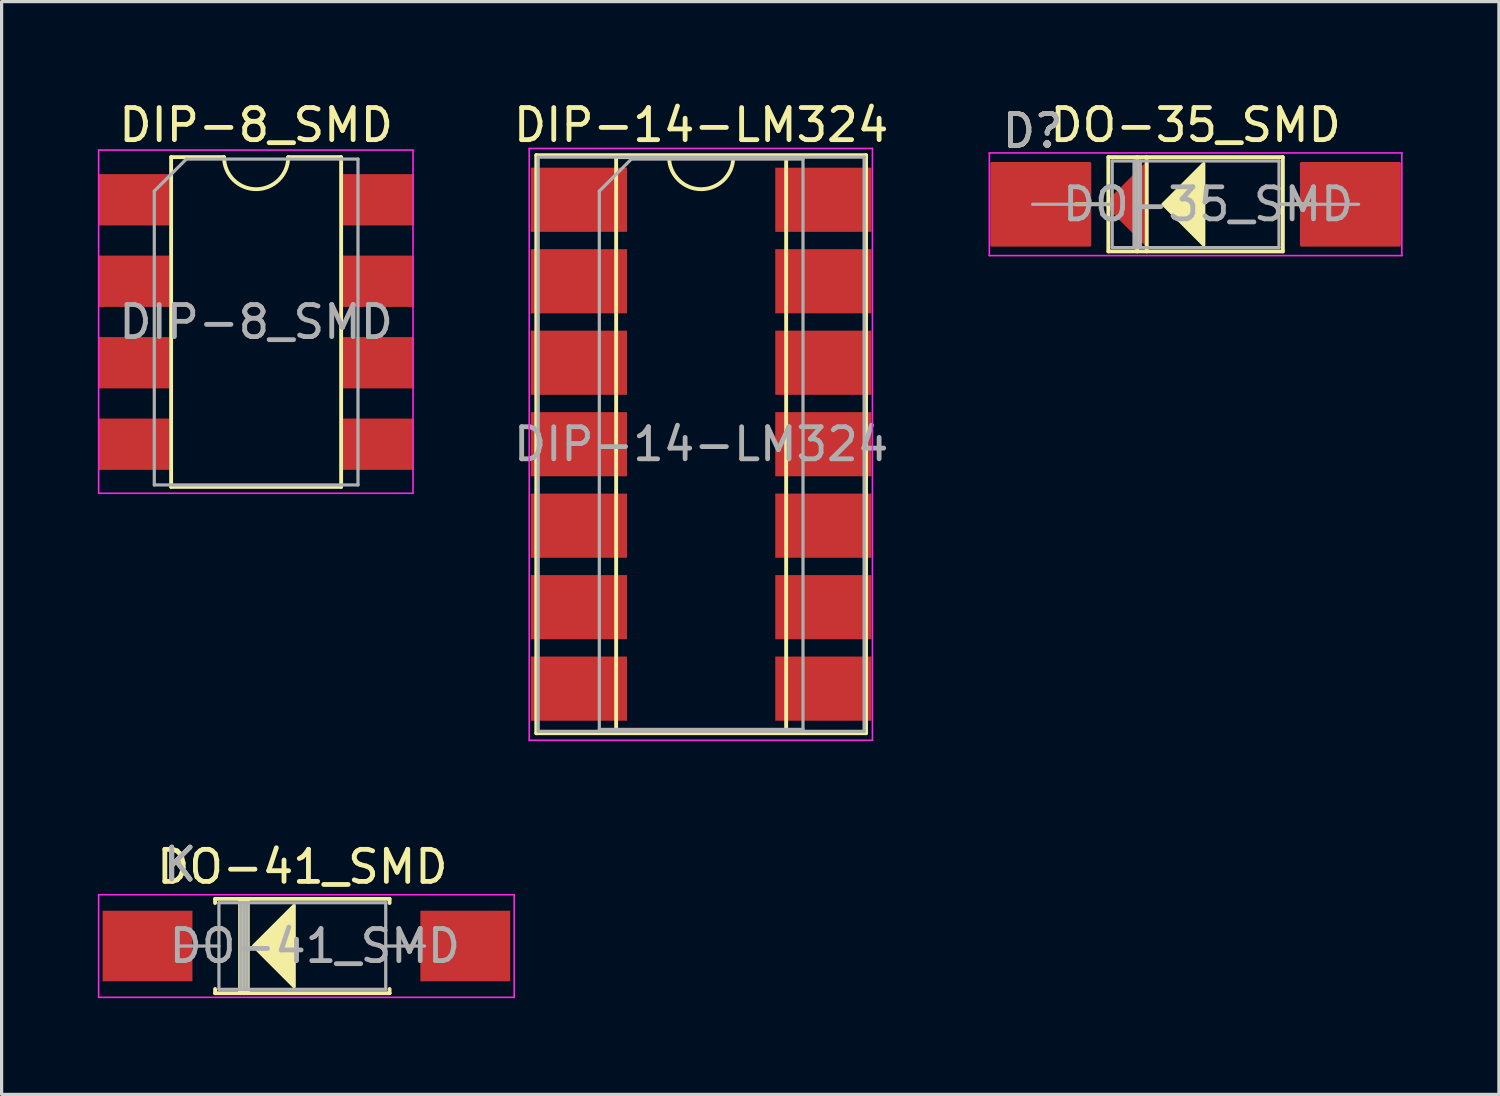
<source format=kicad_pcb>
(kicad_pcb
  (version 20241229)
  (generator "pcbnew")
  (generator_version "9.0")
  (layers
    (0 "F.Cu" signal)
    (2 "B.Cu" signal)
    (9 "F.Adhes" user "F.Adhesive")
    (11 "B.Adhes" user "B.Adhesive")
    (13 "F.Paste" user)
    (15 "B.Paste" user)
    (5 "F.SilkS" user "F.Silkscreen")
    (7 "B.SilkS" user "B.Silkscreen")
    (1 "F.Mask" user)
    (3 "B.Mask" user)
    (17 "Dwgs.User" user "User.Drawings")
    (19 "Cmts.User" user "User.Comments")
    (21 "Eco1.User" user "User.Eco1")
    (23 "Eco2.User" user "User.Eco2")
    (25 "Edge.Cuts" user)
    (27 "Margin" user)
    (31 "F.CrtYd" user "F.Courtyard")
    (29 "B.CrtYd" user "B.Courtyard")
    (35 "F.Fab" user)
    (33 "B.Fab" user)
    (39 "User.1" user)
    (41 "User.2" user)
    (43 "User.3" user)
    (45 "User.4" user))
  (footprint "DO-35_SMD"
    (layer "F.Cu")
    (at 29.142 3.318)
    (property "Reference" "DO-35_SMD" (at 5.08 -2.47 0) (layer "F.SilkS") (effects (font (size 1 1) (thickness 0.15))))
    (attr smd)
    (fp_poly (pts (xy 3.556 1.27) (xy 2.286 0) (xy 3.556 -1.27)) (stroke (width 0.1) (type solid)) (fill yes) (layer "F.Cu"))
    (fp_poly (pts (xy 1.778 1.27) (xy -1.27 1.27) (xy -1.27 -1.27) (xy 1.778 -1.27)) (stroke (width 0.1) (type solid)) (fill yes) (layer "F.Cu"))
    (fp_poly (pts (xy 11.43 1.27) (xy 8.382 1.27) (xy 8.382 -1.27) (xy 11.43 -1.27)) (stroke (width 0.1) (type solid)) (fill yes) (layer "F.Cu"))
    (fp_line (start 1.34 0) (end 2.36 0) (stroke (width 0.12) (type solid)) (layer "F.SilkS"))
    (fp_line (start 2.36 -1.47) (end 2.36 1.47) (stroke (width 0.12) (type solid)) (layer "F.SilkS"))
    (fp_line (start 2.36 1.47) (end 7.8 1.47) (stroke (width 0.12) (type solid)) (layer "F.SilkS"))
    (fp_line (start 3.26 -1.47) (end 3.26 1.47) (stroke (width 0.12) (type solid)) (layer "F.SilkS"))
    (fp_line (start 3.556 -1.47) (end 3.556 1.47) (stroke (width 0.12) (type solid)) (layer "F.SilkS"))
    (fp_line (start 7.8 -1.47) (end 2.36 -1.47) (stroke (width 0.12) (type solid)) (layer "F.SilkS"))
    (fp_line (start 7.8 1.47) (end 7.8 -1.47) (stroke (width 0.12) (type solid)) (layer "F.SilkS"))
    (fp_line (start 8.82 0) (end 7.8 0) (stroke (width 0.12) (type solid)) (layer "F.SilkS"))
    (fp_poly (pts (xy 5.334 1.27) (xy 4.064 0) (xy 5.334 -1.27)) (stroke (width 0.1) (type solid)) (fill yes) (layer "F.SilkS"))
    (fp_line (start -1.35 -1.6) (end -1.35 1.6) (stroke (width 0.05) (type solid)) (layer "F.CrtYd"))
    (fp_line (start -1.35 1.6) (end 11.51 1.6) (stroke (width 0.05) (type solid)) (layer "F.CrtYd"))
    (fp_line (start 11.51 -1.6) (end -1.35 -1.6) (stroke (width 0.05) (type solid)) (layer "F.CrtYd"))
    (fp_line (start 11.51 1.6) (end 11.51 -1.6) (stroke (width 0.05) (type solid)) (layer "F.CrtYd"))
    (fp_line (start 0 0) (end 2.48 0) (stroke (width 0.1) (type solid)) (layer "F.Fab"))
    (fp_line (start 2.48 -1.35) (end 2.48 1.35) (stroke (width 0.1) (type solid)) (layer "F.Fab"))
    (fp_line (start 2.48 1.35) (end 7.68 1.35) (stroke (width 0.1) (type solid)) (layer "F.Fab"))
    (fp_line (start 3.16 -1.35) (end 3.16 1.35) (stroke (width 0.1) (type solid)) (layer "F.Fab"))
    (fp_line (start 3.26 -1.35) (end 3.26 1.35) (stroke (width 0.1) (type solid)) (layer "F.Fab"))
    (fp_line (start 3.36 -1.35) (end 3.36 1.35) (stroke (width 0.1) (type solid)) (layer "F.Fab"))
    (fp_line (start 7.68 -1.35) (end 2.48 -1.35) (stroke (width 0.1) (type solid)) (layer "F.Fab"))
    (fp_line (start 7.68 1.35) (end 7.68 -1.35) (stroke (width 0.1) (type solid)) (layer "F.Fab"))
    (fp_line (start 10.16 0) (end 7.68 0) (stroke (width 0.1) (type solid)) (layer "F.Fab"))
    (fp_text user "D?" (at 0 -2.286 0) (layer "F.SilkS") (effects (font (size 1 1) (thickness 0.15))))
    (fp_text user "${REFERENCE}" (at 5.47 0 0) (layer "F.Fab") (effects (font (size 1 1) (thickness 0.15))))
    (fp_text user "D?" (at 0 -2.286 0) (layer "F.Fab") (effects (font (size 1 1) (thickness 0.15))))
    (pad "1" smd rect (at 0 0) (size 2.2 2.2) (layers "F.Cu" "F.Mask" "F.Paste"))
    (pad "2" smd rect (at 10.16 0) (size 2.2 2.2) (layers "F.Cu" "F.Mask" "F.Paste")))
  (footprint "DIP-8_SMD"
    (layer "F.Cu")
    (at 1.125 3.178)
    (property "Reference" "DIP-8_SMD" (at 3.81 -2.33 0) (layer "F.SilkS") (effects (font (size 1 1) (thickness 0.15))))
    (attr smd)
    (fp_line (start 1.16 -1.33) (end 1.16 8.95) (stroke (width 0.12) (type solid)) (layer "F.SilkS"))
    (fp_line (start 1.16 8.95) (end 6.46 8.95) (stroke (width 0.12) (type solid)) (layer "F.SilkS"))
    (fp_line (start 2.81 -1.33) (end 1.16 -1.33) (stroke (width 0.12) (type solid)) (layer "F.SilkS"))
    (fp_line (start 6.46 -1.33) (end 4.81 -1.33) (stroke (width 0.12) (type solid)) (layer "F.SilkS"))
    (fp_line (start 6.46 8.95) (end 6.46 -1.33) (stroke (width 0.12) (type solid)) (layer "F.SilkS"))
    (fp_arc (start 4.81 -1.33) (mid 3.81 -0.33) (end 2.81 -1.33) (stroke (width 0.12) (type solid)) (layer "F.SilkS"))
    (fp_line (start -1.1 -1.55) (end -1.1 9.15) (stroke (width 0.05) (type solid)) (layer "F.CrtYd"))
    (fp_line (start -1.1 9.15) (end 8.7 9.15) (stroke (width 0.05) (type solid)) (layer "F.CrtYd"))
    (fp_line (start 8.7 -1.55) (end -1.1 -1.55) (stroke (width 0.05) (type solid)) (layer "F.CrtYd"))
    (fp_line (start 8.7 9.15) (end 8.7 -1.55) (stroke (width 0.05) (type solid)) (layer "F.CrtYd"))
    (fp_line (start 0.635 -0.27) (end 1.635 -1.27) (stroke (width 0.1) (type solid)) (layer "F.Fab"))
    (fp_line (start 0.635 8.89) (end 0.635 -0.27) (stroke (width 0.1) (type solid)) (layer "F.Fab"))
    (fp_line (start 1.635 -1.27) (end 6.985 -1.27) (stroke (width 0.1) (type solid)) (layer "F.Fab"))
    (fp_line (start 6.985 -1.27) (end 6.985 8.89) (stroke (width 0.1) (type solid)) (layer "F.Fab"))
    (fp_line (start 6.985 8.89) (end 0.635 8.89) (stroke (width 0.1) (type solid)) (layer "F.Fab"))
    (fp_text user "${REFERENCE}" (at 3.81 3.81 0) (layer "F.Fab") (effects (font (size 1 1) (thickness 0.15))))
    (pad "1" smd rect (at 0 0) (size 2.2 1.6) (layers "F.Cu" "F.Mask" "F.Paste"))
    (pad "2" smd rect (at 0 2.54) (size 2.2 1.6) (layers "F.Cu" "F.Mask" "F.Paste"))
    (pad "3" smd rect (at 0 5.08) (size 2.2 1.6) (layers "F.Cu" "F.Mask" "F.Paste"))
    (pad "4" smd rect (at 0 7.62) (size 2.2 1.6) (layers "F.Cu" "F.Mask" "F.Paste"))
    (pad "5" smd rect (at 7.62 7.62) (size 2.2 1.6) (layers "F.Cu" "F.Mask" "F.Paste"))
    (pad "6" smd rect (at 7.62 5.08) (size 2.2 1.6) (layers "F.Cu" "F.Mask" "F.Paste"))
    (pad "7" smd rect (at 7.62 2.54) (size 2.2 1.6) (layers "F.Cu" "F.Mask" "F.Paste"))
    (pad "8" smd rect (at 7.62 0) (size 2.2 1.6) (layers "F.Cu" "F.Mask" "F.Paste")))
  (footprint "DIP-14-LM324"
    (layer "F.Cu")
    (at 14.998 3.178)
    (property "Reference" "DIP-14-LM324" (at 3.81 -2.33 0) (layer "F.SilkS") (effects (font (size 1 1) (thickness 0.15))))
    (attr through_hole)
    (fp_line (start -1.33 -1.39) (end -1.33 16.63) (stroke (width 0.12) (type solid)) (layer "F.SilkS"))
    (fp_line (start -1.33 16.63) (end 8.95 16.63) (stroke (width 0.12) (type solid)) (layer "F.SilkS"))
    (fp_line (start 1.16 -1.33) (end 1.16 16.57) (stroke (width 0.12) (type solid)) (layer "F.SilkS"))
    (fp_line (start 1.16 16.57) (end 6.46 16.57) (stroke (width 0.12) (type solid)) (layer "F.SilkS"))
    (fp_line (start 2.81 -1.33) (end 1.16 -1.33) (stroke (width 0.12) (type solid)) (layer "F.SilkS"))
    (fp_line (start 6.46 -1.33) (end 4.81 -1.33) (stroke (width 0.12) (type solid)) (layer "F.SilkS"))
    (fp_line (start 6.46 16.57) (end 6.46 -1.33) (stroke (width 0.12) (type solid)) (layer "F.SilkS"))
    (fp_line (start 8.95 -1.39) (end -1.33 -1.39) (stroke (width 0.12) (type solid)) (layer "F.SilkS"))
    (fp_line (start 8.95 16.63) (end 8.95 -1.39) (stroke (width 0.12) (type solid)) (layer "F.SilkS"))
    (fp_arc (start 4.81 -1.33) (mid 3.81 -0.33) (end 2.81 -1.33) (stroke (width 0.12) (type solid)) (layer "F.SilkS"))
    (fp_line (start -1.55 -1.6) (end -1.55 16.85) (stroke (width 0.05) (type solid)) (layer "F.CrtYd"))
    (fp_line (start -1.55 16.85) (end 9.15 16.85) (stroke (width 0.05) (type solid)) (layer "F.CrtYd"))
    (fp_line (start 9.15 -1.6) (end -1.55 -1.6) (stroke (width 0.05) (type solid)) (layer "F.CrtYd"))
    (fp_line (start 9.15 16.85) (end 9.15 -1.6) (stroke (width 0.05) (type solid)) (layer "F.CrtYd"))
    (fp_line (start -1.27 -1.33) (end -1.27 16.57) (stroke (width 0.1) (type solid)) (layer "F.Fab"))
    (fp_line (start -1.27 16.57) (end 8.89 16.57) (stroke (width 0.1) (type solid)) (layer "F.Fab"))
    (fp_line (start 0.635 -0.27) (end 1.635 -1.27) (stroke (width 0.1) (type solid)) (layer "F.Fab"))
    (fp_line (start 0.635 16.51) (end 0.635 -0.27) (stroke (width 0.1) (type solid)) (layer "F.Fab"))
    (fp_line (start 1.635 -1.27) (end 6.985 -1.27) (stroke (width 0.1) (type solid)) (layer "F.Fab"))
    (fp_line (start 6.985 -1.27) (end 6.985 16.51) (stroke (width 0.1) (type solid)) (layer "F.Fab"))
    (fp_line (start 6.985 16.51) (end 0.635 16.51) (stroke (width 0.1) (type solid)) (layer "F.Fab"))
    (fp_line (start 8.89 -1.33) (end -1.27 -1.33) (stroke (width 0.1) (type solid)) (layer "F.Fab"))
    (fp_line (start 8.89 16.57) (end 8.89 -1.33) (stroke (width 0.1) (type solid)) (layer "F.Fab"))
    (fp_text user "${REFERENCE}" (at 3.81 7.62 0) (layer "F.Fab") (effects (font (size 1 1) (thickness 0.15))))
    (pad "1" smd rect (at 0 0) (size 3 2) (layers "F.Cu" "F.Mask" "F.Paste"))
    (pad "2" smd rect (at 0 2.54) (size 3 2) (layers "F.Cu" "F.Mask" "F.Paste"))
    (pad "3" smd rect (at 0 5.08) (size 3 2) (layers "F.Cu" "F.Mask" "F.Paste"))
    (pad "4" smd rect (at 0 7.62) (size 3 2) (layers "F.Cu" "F.Mask" "F.Paste"))
    (pad "5" smd rect (at 0 10.16) (size 3 2) (layers "F.Cu" "F.Mask" "F.Paste"))
    (pad "6" smd rect (at 0 12.7) (size 3 2) (layers "F.Cu" "F.Mask" "F.Paste"))
    (pad "7" smd rect (at 0 15.24) (size 3 2) (layers "F.Cu" "F.Mask" "F.Paste"))
    (pad "8" smd rect (at 7.62 15.24) (size 3 2) (layers "F.Cu" "F.Mask" "F.Paste"))
    (pad "9" smd rect (at 7.62 12.7) (size 3 2) (layers "F.Cu" "F.Mask" "F.Paste"))
    (pad "10" smd rect (at 7.62 10.16) (size 3 2) (layers "F.Cu" "F.Mask" "F.Paste"))
    (pad "11" smd rect (at 7.62 7.62) (size 3 2) (layers "F.Cu" "F.Mask" "F.Paste"))
    (pad "12" smd rect (at 7.62 5.08) (size 3 2) (layers "F.Cu" "F.Mask" "F.Paste"))
    (pad "13" smd rect (at 7.62 2.54) (size 3 2) (layers "F.Cu" "F.Mask" "F.Paste"))
    (pad "14" smd rect (at 7.62 0) (size 3 2) (layers "F.Cu" "F.Mask" "F.Paste")))
  (footprint "DO-41_SMD"
    (layer "F.Cu")
    (at 2.565 26.442)
    (property "Reference" "DO-41_SMD" (at 3.81 -2.47 0) (layer "F.SilkS") (effects (font (size 1 1) (thickness 0.15))))
    (attr through_hole)
    (fp_line (start 1.09 -1.47) (end 6.53 -1.47) (stroke (width 0.12) (type solid)) (layer "F.SilkS"))
    (fp_line (start 1.09 -1.34) (end 1.09 -1.47) (stroke (width 0.12) (type solid)) (layer "F.SilkS"))
    (fp_line (start 1.09 1.34) (end 1.09 1.47) (stroke (width 0.12) (type solid)) (layer "F.SilkS"))
    (fp_line (start 1.09 1.47) (end 6.53 1.47) (stroke (width 0.12) (type solid)) (layer "F.SilkS"))
    (fp_line (start 1.87 -1.47) (end 1.87 1.47) (stroke (width 0.12) (type solid)) (layer "F.SilkS"))
    (fp_line (start 1.99 -1.47) (end 1.99 1.47) (stroke (width 0.12) (type solid)) (layer "F.SilkS"))
    (fp_line (start 2.11 -1.47) (end 2.11 1.47) (stroke (width 0.12) (type solid)) (layer "F.SilkS"))
    (fp_line (start 6.53 -1.47) (end 6.53 -1.34) (stroke (width 0.12) (type solid)) (layer "F.SilkS"))
    (fp_line (start 6.53 1.47) (end 6.53 1.34) (stroke (width 0.12) (type solid)) (layer "F.SilkS"))
    (fp_poly (pts (xy 3.556 1.27) (xy 2.286 0) (xy 3.556 -1.27)) (stroke (width 0.1) (type solid)) (fill yes) (layer "F.SilkS"))
    (fp_line (start -2.54 -1.6) (end -2.54 1.6) (stroke (width 0.05) (type solid)) (layer "F.CrtYd"))
    (fp_line (start -2.54 1.6) (end 10.414 1.6) (stroke (width 0.05) (type solid)) (layer "F.CrtYd"))
    (fp_line (start 10.414 -1.6) (end -2.54 -1.6) (stroke (width 0.05) (type solid)) (layer "F.CrtYd"))
    (fp_line (start 10.414 1.6) (end 10.414 -1.6) (stroke (width 0.05) (type solid)) (layer "F.CrtYd"))
    (fp_line (start 0 0) (end 1.21 0) (stroke (width 0.1) (type solid)) (layer "F.Fab"))
    (fp_line (start 1.21 -1.35) (end 1.21 1.35) (stroke (width 0.1) (type solid)) (layer "F.Fab"))
    (fp_line (start 1.21 1.35) (end 6.41 1.35) (stroke (width 0.1) (type solid)) (layer "F.Fab"))
    (fp_line (start 1.89 -1.35) (end 1.89 1.35) (stroke (width 0.1) (type solid)) (layer "F.Fab"))
    (fp_line (start 1.99 -1.35) (end 1.99 1.35) (stroke (width 0.1) (type solid)) (layer "F.Fab"))
    (fp_line (start 2.09 -1.35) (end 2.09 1.35) (stroke (width 0.1) (type solid)) (layer "F.Fab"))
    (fp_line (start 6.41 -1.35) (end 1.21 -1.35) (stroke (width 0.1) (type solid)) (layer "F.Fab"))
    (fp_line (start 6.41 1.35) (end 6.41 -1.35) (stroke (width 0.1) (type solid)) (layer "F.Fab"))
    (fp_line (start 7.62 0) (end 6.41 0) (stroke (width 0.1) (type solid)) (layer "F.Fab"))
    (fp_text user "K" (at 0 -2.54 0) (layer "F.SilkS") (effects (font (size 1 1) (thickness 0.15))))
    (fp_text user "K" (at 0 -2.54 0) (layer "F.Fab") (effects (font (size 1 1) (thickness 0.15))))
    (fp_text user "${REFERENCE}" (at 4.2 0 0) (layer "F.Fab") (effects (font (size 1 1) (thickness 0.15))))
    (pad "1" smd rect (at -1.016 0) (size 2.8 2.2) (layers "F.Cu" "F.Mask" "F.Paste"))
    (pad "2" smd rect (at 8.89 0) (size 2.8 2.2) (layers "F.Cu" "F.Mask" "F.Paste")))
  (gr_rect
    (start -3 -3)
    (end 43.677 31.067)
    (stroke (width 0.1) (type default))
    (fill no)
    (layer "Edge.Cuts")))
</source>
